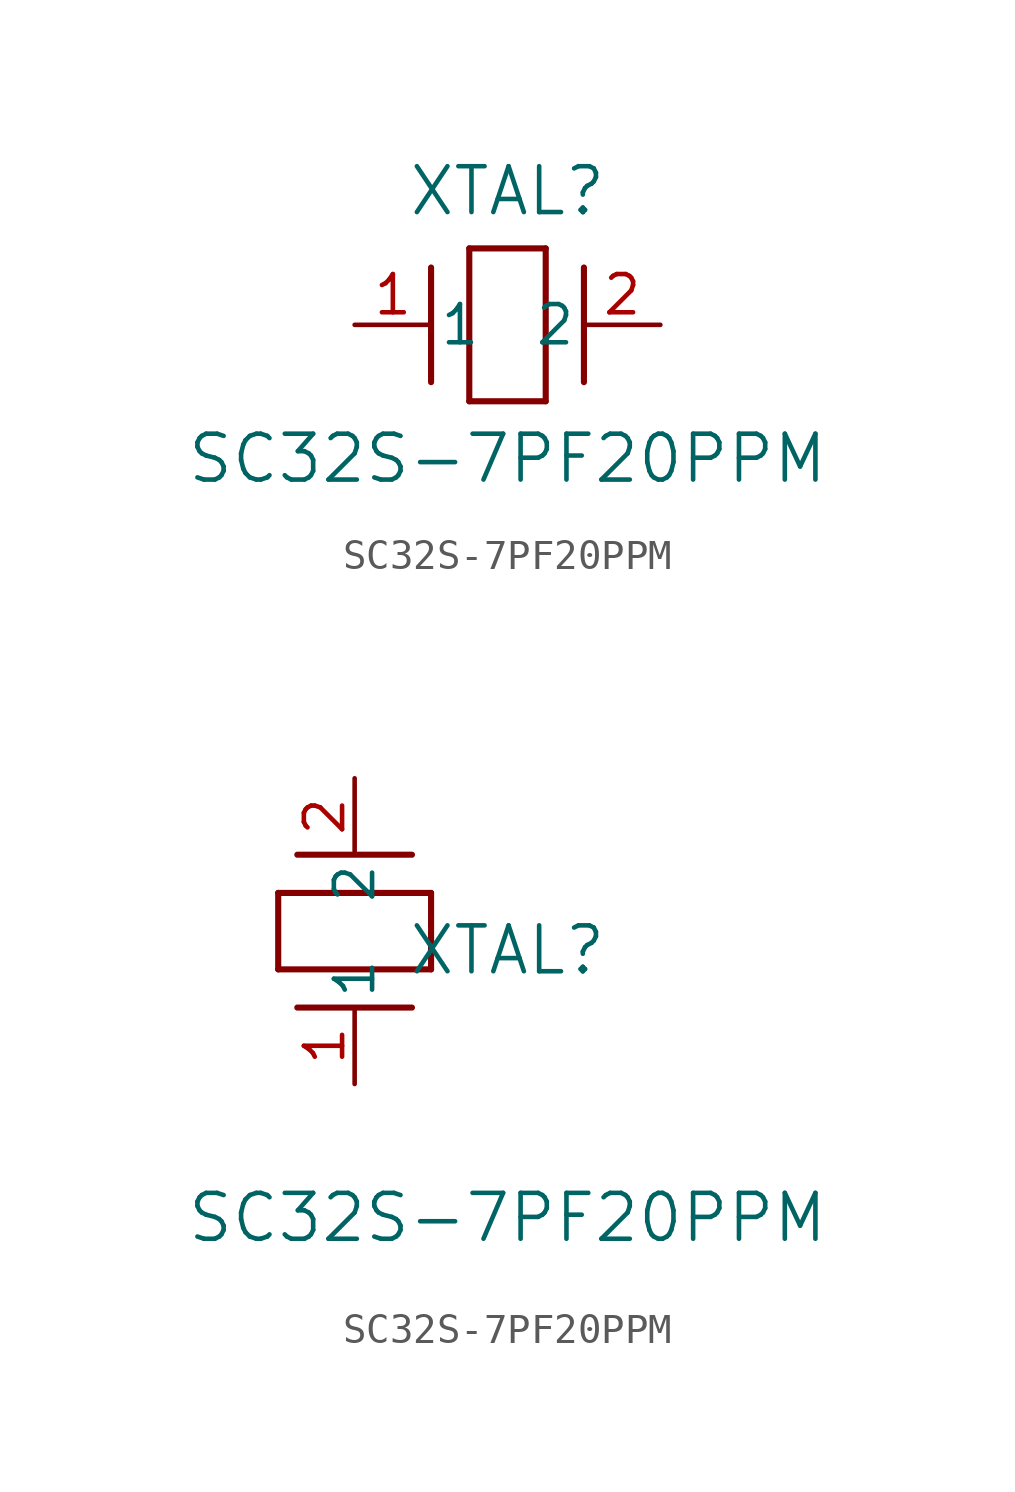
<source format=kicad_sym>
(kicad_symbol_lib
  (version 20211014)
  (generator kicad_symbol_editor)
  (symbol "SC32S-7PF20PPM"
    (pin_names
      (offset 0.254))
    (property "Reference" "XTAL"
      (at 5.08 4.445 0)
      (effects (font (size 1.524 1.524))))
    (property "Value" "SC32S-7PF20PPM"
      (at 5.08 -4.445 0)
      (effects (font (size 1.524 1.524))))
    (symbol "SC32S-7PF20PPM_1_1"
      (polyline (pts (xy 2.54 -1.905) (xy 2.54 1.905)) (stroke (width 0.203) (type default) (color 0 0 0 0)) (fill (type none)))
      (polyline (pts (xy 6.35 2.54) (xy 6.35 -2.54)) (stroke (width 0.203) (type default) (color 0 0 0 0)) (fill (type none)))
      (polyline (pts (xy 7.62 -1.905) (xy 7.62 1.905)) (stroke (width 0.203) (type default) (color 0 0 0 0)) (fill (type none)))
      (polyline (pts (xy 6.35 -2.54) (xy 3.81 -2.54)) (stroke (width 0.203) (type default) (color 0 0 0 0)) (fill (type none)))
      (polyline (pts (xy 3.81 2.54) (xy 6.35 2.54)) (stroke (width 0.203) (type default) (color 0 0 0 0)) (fill (type none)))
      (polyline (pts (xy 3.81 -2.54) (xy 3.81 2.54)) (stroke (width 0.203) (type default) (color 0 0 0 0)) (fill (type none)))
      (pin unspecified line (at 0 0 0) (length 2.54) (name "1" (effects (font (size 1.27 1.27)))) (number "1" (effects (font (size 1.27 1.27)))))
      (pin unspecified line (at 10.16 0 180) (length 2.54) (name "2" (effects (font (size 1.27 1.27)))) (number "2" (effects (font (size 1.27 1.27))))))
    (symbol "SC32S-7PF20PPM_1_2"
      (polyline (pts (xy 1.905 7.62) (xy -1.905 7.62)) (stroke (width 0.203) (type default) (color 0 0 0 0)) (fill (type none)))
      (polyline (pts (xy -2.54 3.81) (xy -2.54 6.35)) (stroke (width 0.203) (type default) (color 0 0 0 0)) (fill (type none)))
      (polyline (pts (xy 1.905 2.54) (xy -1.905 2.54)) (stroke (width 0.203) (type default) (color 0 0 0 0)) (fill (type none)))
      (polyline (pts (xy 2.54 6.35) (xy 2.54 3.81)) (stroke (width 0.203) (type default) (color 0 0 0 0)) (fill (type none)))
      (polyline (pts (xy -2.54 6.35) (xy 2.54 6.35)) (stroke (width 0.203) (type default) (color 0 0 0 0)) (fill (type none)))
      (polyline (pts (xy 2.54 3.81) (xy -2.54 3.81)) (stroke (width 0.203) (type default) (color 0 0 0 0)) (fill (type none)))
      (pin unspecified line (at 0 0 90) (length 2.54) (name "1" (effects (font (size 1.27 1.27)))) (number "1" (effects (font (size 1.27 1.27)))))
      (pin unspecified line (at 0 10.16 270) (length 2.54) (name "2" (effects (font (size 1.27 1.27)))) (number "2" (effects (font (size 1.27 1.27))))))))
</source>
